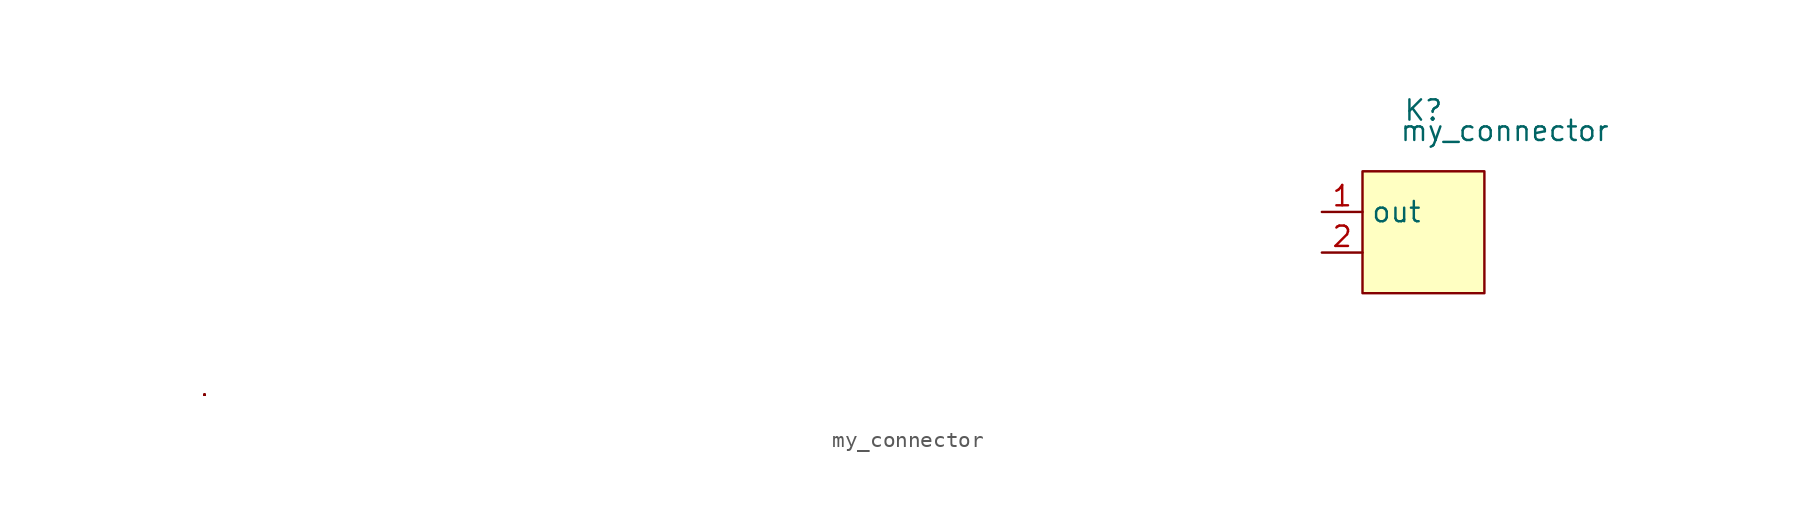
<source format=kicad_sym>
(kicad_symbol_lib
  (version 20211014)
  (generator kicad_symbol_editor)
  (symbol "my_connector"
    (property "Reference" "K"
      (at 0 7.62 0)
      (effects (font (size 1.27 1.27))))
    (property "Value" "my_connector"
      (at 5.08 6.35 0)
      (effects (font (size 1.27 1.27))))
    (symbol "my_connector_0_1"
      (rectangle (start -76.2 -10.16) (end -76.2 -10.16) (stroke (width 0) (type default) (color 0 0 0 0)) (fill (type none)))
      (rectangle (start -76.2 -10.16) (end -76.2 -10.16) (stroke (width 0) (type default) (color 0 0 0 0)) (fill (type none)))
      (rectangle (start -76.2 -10.16) (end -76.2 -10.16) (stroke (width 0) (type default) (color 0 0 0 0)) (fill (type none)))
      (rectangle (start -76.2 -10.16) (end -76.2 -10.16) (stroke (width 0) (type default) (color 0 0 0 0)) (fill (type none)))
      (rectangle (start -76.2 -10.16) (end -76.2 -10.16) (stroke (width 0) (type default) (color 0 0 0 0)) (fill (type none)))
      (rectangle (start -76.2 -10.16) (end -76.2 -10.16) (stroke (width 0) (type default) (color 0 0 0 0)) (fill (type none)))
      (rectangle (start -76.2 -10.16) (end -76.2 -10.16) (stroke (width 0) (type default) (color 0 0 0 0)) (fill (type none)))
      (rectangle (start -76.2 -10.16) (end -76.2 -10.16) (stroke (width 0) (type default) (color 0 0 0 0)) (fill (type none)))
      (rectangle (start -76.2 -10.16) (end -76.2 -10.16) (stroke (width 0) (type default) (color 0 0 0 0)) (fill (type none)))
      (rectangle (start -76.2 -10.16) (end -76.2 -10.16) (stroke (width 0) (type default) (color 0 0 0 0)) (fill (type none)))
      (rectangle (start -76.2 -10.16) (end -76.2 -10.16) (stroke (width 0) (type default) (color 0 0 0 0)) (fill (type none)))
      (rectangle (start -76.2 -10.16) (end -76.2 -10.16) (stroke (width 0) (type default) (color 0 0 0 0)) (fill (type none)))
      (rectangle (start -76.2 -10.16) (end -76.2 -10.16) (stroke (width 0) (type default) (color 0 0 0 0)) (fill (type none)))
      (rectangle (start -76.2 -10.16) (end -76.2 -10.16) (stroke (width 0) (type default) (color 0 0 0 0)) (fill (type none)))
      (rectangle (start -3.81 3.81) (end 3.81 -3.81) (stroke (width 0) (type default) (color 0 0 0 0)) (fill (type background))))
    (symbol "my_connector_1_1"
      (pin input line (at -6.35 1.27 0) (length 2.54) (name "out" (effects (font (size 1.27 1.27)))) (number "1" (effects (font (size 1.27 1.27)))))
      (pin input line (at -6.35 -1.27 0) (length 2.54) (name "" (effects (font (size 1.27 1.27)))) (number "2" (effects (font (size 1.27 1.27))))))))
</source>
